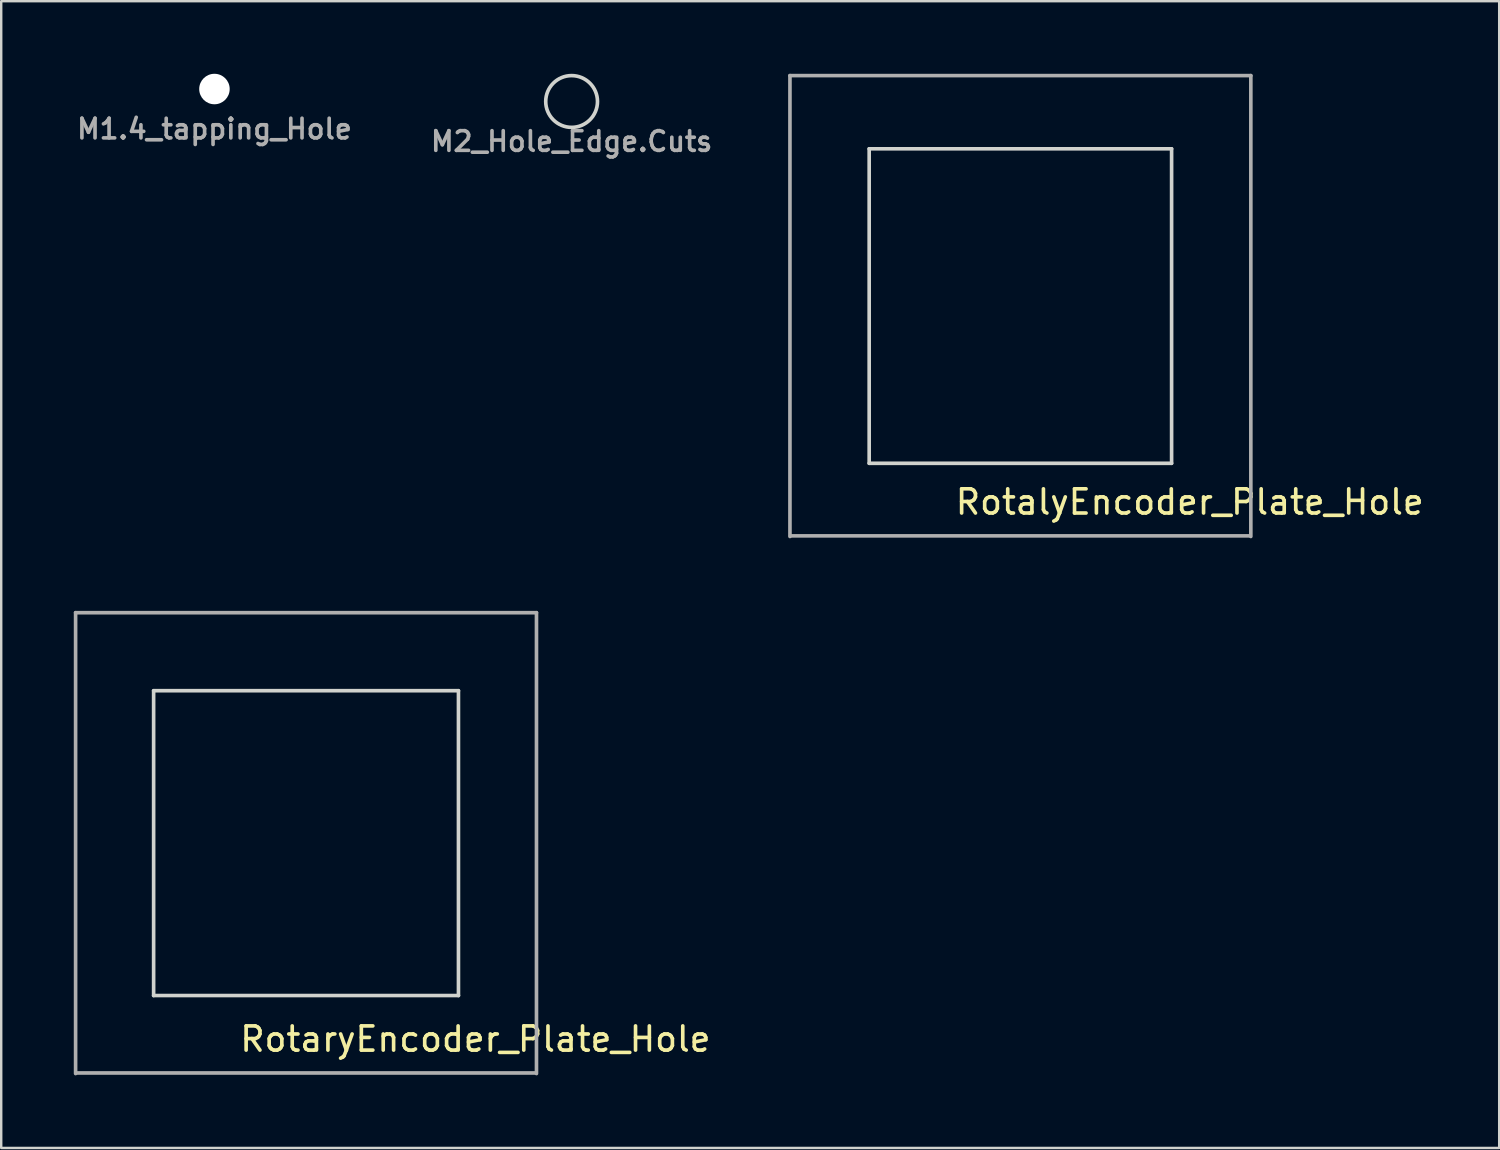
<source format=kicad_pcb>
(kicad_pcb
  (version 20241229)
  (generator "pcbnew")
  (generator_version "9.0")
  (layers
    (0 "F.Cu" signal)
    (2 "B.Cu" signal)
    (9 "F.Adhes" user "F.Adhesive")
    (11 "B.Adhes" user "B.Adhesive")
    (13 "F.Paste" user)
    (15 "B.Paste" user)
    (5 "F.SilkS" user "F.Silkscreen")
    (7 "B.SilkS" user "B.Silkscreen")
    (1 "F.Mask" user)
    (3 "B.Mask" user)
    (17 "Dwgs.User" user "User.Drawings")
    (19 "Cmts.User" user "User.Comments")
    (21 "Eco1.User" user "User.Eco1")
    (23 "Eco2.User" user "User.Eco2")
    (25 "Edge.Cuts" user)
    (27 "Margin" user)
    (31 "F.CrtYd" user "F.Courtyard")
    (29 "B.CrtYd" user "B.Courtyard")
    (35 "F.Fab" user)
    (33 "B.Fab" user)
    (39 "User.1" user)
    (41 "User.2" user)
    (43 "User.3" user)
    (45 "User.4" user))
  (footprint "M2_Hole_Edge.Cuts"
    (layer "F.Cu")
    (at 20.577 1.145)
    (property "Reference" "M2_Hole_Edge.Cuts" (at 0 1.651 0) (layer "F.Fab") (effects (font (size 0.813 0.813) (thickness 0.15))))
    (attr through_hole)
    (fp_circle (center 0 0) (end 1.07 0) (stroke (width 0.15) (type solid)) (fill no) (layer "Edge.Cuts")))
  (footprint "M1.4_tapping_Hole"
    (layer "F.Cu")
    (at 5.814 0.63)
    (property "Reference" "M1.4_tapping_Hole" (at 0 1.651 0) (layer "F.Fab") (effects (font (size 0.813 0.813) (thickness 0.15))))
    (attr through_hole)
    (pad "" np_thru_hole circle (at 0 0) (size 1.26 1.26) (drill 1.26) (layers "*.Cu" "*.Mask")))
  (footprint "RotalyEncoder_Plate_Hole"
    (layer "F.Cu")
    (at 39.127 9.6)
    (property "Reference" "RotalyEncoder_Plate_Hole" (at 7 8.1 0) (layer "F.SilkS") (effects (font (size 1 1) (thickness 0.15))))
    (attr through_hole)
    (fp_line (start -6.25 -6.5) (end -6.25 6.5) (stroke (width 0.15) (type solid)) (layer "Edge.Cuts"))
    (fp_line (start 6.25 -6.5) (end -6.25 -6.5) (stroke (width 0.15) (type solid)) (layer "Edge.Cuts"))
    (fp_line (start 6.25 -6.5) (end 6.25 6.5) (stroke (width 0.15) (type solid)) (layer "Edge.Cuts"))
    (fp_line (start 6.25 6.5) (end -6.25 6.5) (stroke (width 0.15) (type solid)) (layer "Edge.Cuts"))
    (fp_line (start -9.525 -9.525) (end 9.525 -9.525) (stroke (width 0.15) (type solid)) (layer "F.Fab"))
    (fp_line (start -9.525 9.525) (end -9.525 -9.525) (stroke (width 0.15) (type solid)) (layer "F.Fab"))
    (fp_line (start 9.5 9.5) (end -9.5 9.5) (stroke (width 0.15) (type solid)) (layer "F.Fab"))
    (fp_line (start 9.525 -9.525) (end 9.525 9.525) (stroke (width 0.15) (type solid)) (layer "F.Fab")))
  (footprint "RotaryEncoder_Plate_Hole"
    (layer "F.Cu")
    (at 9.6 31.8)
    (property "Reference" "RotaryEncoder_Plate_Hole" (at 7 8.1 0) (layer "F.SilkS") (effects (font (size 1 1) (thickness 0.15))))
    (attr through_hole)
    (fp_line (start -6.3 -6.3) (end -6.3 6.3) (stroke (width 0.15) (type solid)) (layer "Edge.Cuts"))
    (fp_line (start 6.3 -6.3) (end -6.3 -6.3) (stroke (width 0.15) (type solid)) (layer "Edge.Cuts"))
    (fp_line (start 6.3 -6.3) (end 6.3 6.3) (stroke (width 0.15) (type solid)) (layer "Edge.Cuts"))
    (fp_line (start 6.3 6.3) (end -6.3 6.3) (stroke (width 0.15) (type solid)) (layer "Edge.Cuts"))
    (fp_line (start -9.525 -9.525) (end 9.525 -9.525) (stroke (width 0.15) (type solid)) (layer "F.Fab"))
    (fp_line (start -9.525 9.525) (end -9.525 -9.525) (stroke (width 0.15) (type solid)) (layer "F.Fab"))
    (fp_line (start 9.5 9.5) (end -9.5 9.5) (stroke (width 0.15) (type solid)) (layer "F.Fab"))
    (fp_line (start 9.525 -9.525) (end 9.525 9.525) (stroke (width 0.15) (type solid)) (layer "F.Fab")))
  (gr_rect
    (start -3 -3)
    (end 58.918 44.4)
    (stroke (width 0.1) (type default))
    (fill no)
    (layer "Edge.Cuts")))
</source>
